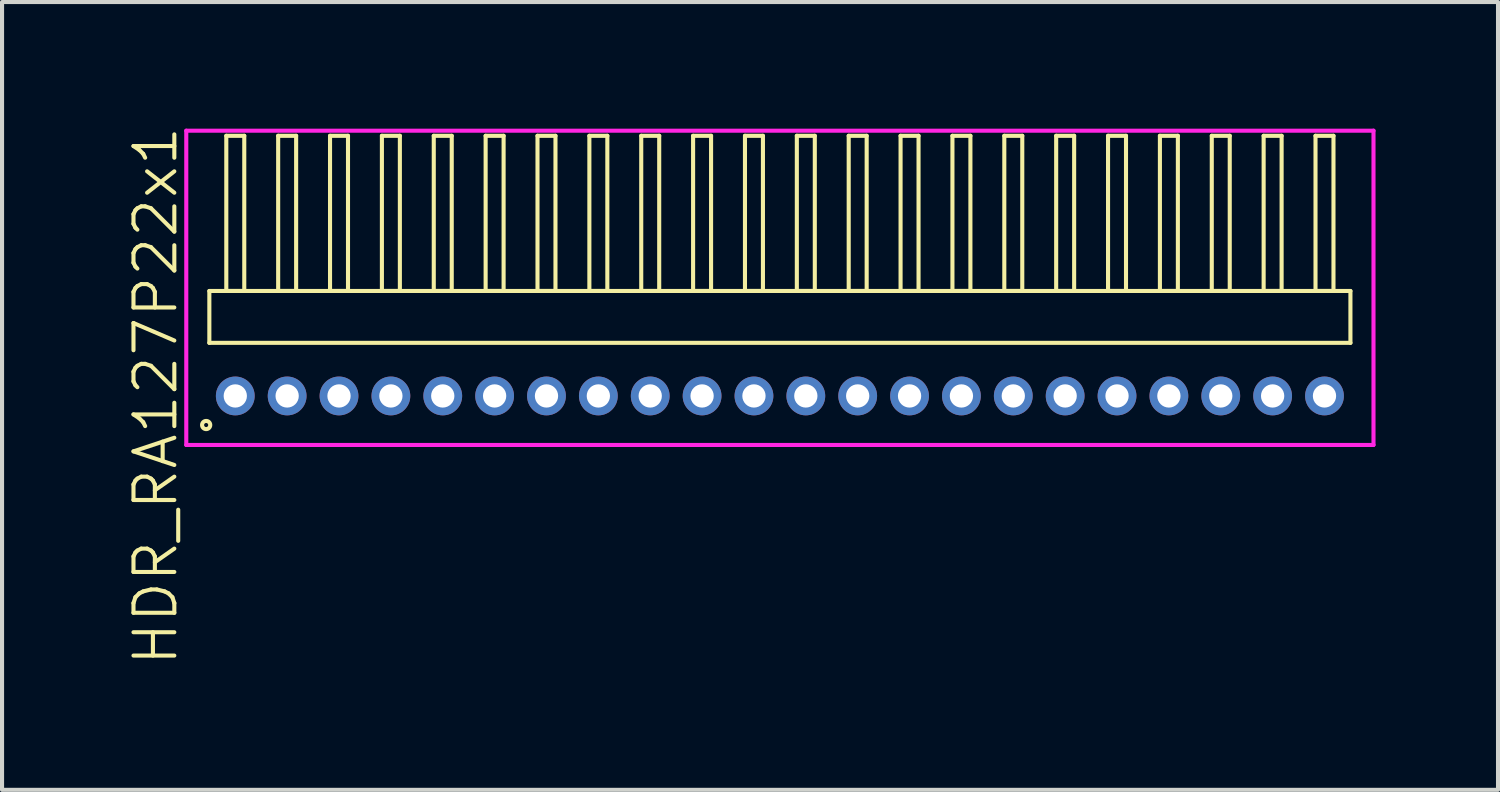
<source format=kicad_pcb>
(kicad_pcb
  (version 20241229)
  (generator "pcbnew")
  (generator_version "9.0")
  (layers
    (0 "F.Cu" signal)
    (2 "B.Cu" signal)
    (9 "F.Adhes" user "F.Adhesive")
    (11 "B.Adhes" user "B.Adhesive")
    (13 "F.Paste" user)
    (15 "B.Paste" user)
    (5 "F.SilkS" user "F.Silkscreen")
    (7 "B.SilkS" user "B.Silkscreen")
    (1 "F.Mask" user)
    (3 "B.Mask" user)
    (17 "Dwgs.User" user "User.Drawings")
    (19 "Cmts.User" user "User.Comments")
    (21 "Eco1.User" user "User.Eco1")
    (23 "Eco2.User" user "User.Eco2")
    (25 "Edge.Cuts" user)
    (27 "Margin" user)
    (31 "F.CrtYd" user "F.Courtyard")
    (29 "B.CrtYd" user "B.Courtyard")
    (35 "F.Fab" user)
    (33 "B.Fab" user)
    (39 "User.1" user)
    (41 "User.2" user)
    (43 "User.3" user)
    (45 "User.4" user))
  (footprint "HDR_RA127P22x1"
    (layer "F.Cu")
    (at 16.046 6.645)
    (property "Reference" "HDR_RA127P22x1" (at -15.285 0 90) (layer "F.SilkS") (effects (font (size 1 1) (thickness 0.1))))
    (attr through_hole)
    (fp_line (start -13.97 -2.57) (end -13.97 -1.3) (stroke (width 0.1) (type solid)) (layer "F.SilkS"))
    (fp_line (start -13.97 -1.3) (end 13.97 -1.3) (stroke (width 0.1) (type solid)) (layer "F.SilkS"))
    (fp_line (start -13.555 -6.37) (end -13.555 -2.57) (stroke (width 0.1) (type solid)) (layer "F.SilkS"))
    (fp_line (start -13.555 -2.57) (end -13.115 -2.57) (stroke (width 0.1) (type solid)) (layer "F.SilkS"))
    (fp_line (start -13.115 -6.37) (end -13.555 -6.37) (stroke (width 0.1) (type solid)) (layer "F.SilkS"))
    (fp_line (start -13.115 -2.57) (end -13.115 -6.37) (stroke (width 0.1) (type solid)) (layer "F.SilkS"))
    (fp_line (start -12.285 -6.37) (end -12.285 -2.57) (stroke (width 0.1) (type solid)) (layer "F.SilkS"))
    (fp_line (start -12.285 -2.57) (end -11.845 -2.57) (stroke (width 0.1) (type solid)) (layer "F.SilkS"))
    (fp_line (start -11.845 -6.37) (end -12.285 -6.37) (stroke (width 0.1) (type solid)) (layer "F.SilkS"))
    (fp_line (start -11.845 -2.57) (end -11.845 -6.37) (stroke (width 0.1) (type solid)) (layer "F.SilkS"))
    (fp_line (start -11.015 -6.37) (end -11.015 -2.57) (stroke (width 0.1) (type solid)) (layer "F.SilkS"))
    (fp_line (start -11.015 -2.57) (end -10.575 -2.57) (stroke (width 0.1) (type solid)) (layer "F.SilkS"))
    (fp_line (start -10.575 -6.37) (end -11.015 -6.37) (stroke (width 0.1) (type solid)) (layer "F.SilkS"))
    (fp_line (start -10.575 -2.57) (end -10.575 -6.37) (stroke (width 0.1) (type solid)) (layer "F.SilkS"))
    (fp_line (start -9.745 -6.37) (end -9.745 -2.57) (stroke (width 0.1) (type solid)) (layer "F.SilkS"))
    (fp_line (start -9.745 -2.57) (end -9.305 -2.57) (stroke (width 0.1) (type solid)) (layer "F.SilkS"))
    (fp_line (start -9.305 -6.37) (end -9.745 -6.37) (stroke (width 0.1) (type solid)) (layer "F.SilkS"))
    (fp_line (start -9.305 -2.57) (end -9.305 -6.37) (stroke (width 0.1) (type solid)) (layer "F.SilkS"))
    (fp_line (start -8.475 -6.37) (end -8.475 -2.57) (stroke (width 0.1) (type solid)) (layer "F.SilkS"))
    (fp_line (start -8.475 -2.57) (end -8.035 -2.57) (stroke (width 0.1) (type solid)) (layer "F.SilkS"))
    (fp_line (start -8.035 -6.37) (end -8.475 -6.37) (stroke (width 0.1) (type solid)) (layer "F.SilkS"))
    (fp_line (start -8.035 -2.57) (end -8.035 -6.37) (stroke (width 0.1) (type solid)) (layer "F.SilkS"))
    (fp_line (start -7.205 -6.37) (end -7.205 -2.57) (stroke (width 0.1) (type solid)) (layer "F.SilkS"))
    (fp_line (start -7.205 -2.57) (end -6.765 -2.57) (stroke (width 0.1) (type solid)) (layer "F.SilkS"))
    (fp_line (start -6.765 -6.37) (end -7.205 -6.37) (stroke (width 0.1) (type solid)) (layer "F.SilkS"))
    (fp_line (start -6.765 -2.57) (end -6.765 -6.37) (stroke (width 0.1) (type solid)) (layer "F.SilkS"))
    (fp_line (start -5.935 -6.37) (end -5.935 -2.57) (stroke (width 0.1) (type solid)) (layer "F.SilkS"))
    (fp_line (start -5.935 -2.57) (end -5.495 -2.57) (stroke (width 0.1) (type solid)) (layer "F.SilkS"))
    (fp_line (start -5.495 -6.37) (end -5.935 -6.37) (stroke (width 0.1) (type solid)) (layer "F.SilkS"))
    (fp_line (start -5.495 -2.57) (end -5.495 -6.37) (stroke (width 0.1) (type solid)) (layer "F.SilkS"))
    (fp_line (start -4.665 -6.37) (end -4.665 -2.57) (stroke (width 0.1) (type solid)) (layer "F.SilkS"))
    (fp_line (start -4.665 -2.57) (end -4.225 -2.57) (stroke (width 0.1) (type solid)) (layer "F.SilkS"))
    (fp_line (start -4.225 -6.37) (end -4.665 -6.37) (stroke (width 0.1) (type solid)) (layer "F.SilkS"))
    (fp_line (start -4.225 -2.57) (end -4.225 -6.37) (stroke (width 0.1) (type solid)) (layer "F.SilkS"))
    (fp_line (start -3.395 -6.37) (end -3.395 -2.57) (stroke (width 0.1) (type solid)) (layer "F.SilkS"))
    (fp_line (start -3.395 -2.57) (end -2.955 -2.57) (stroke (width 0.1) (type solid)) (layer "F.SilkS"))
    (fp_line (start -2.955 -6.37) (end -3.395 -6.37) (stroke (width 0.1) (type solid)) (layer "F.SilkS"))
    (fp_line (start -2.955 -2.57) (end -2.955 -6.37) (stroke (width 0.1) (type solid)) (layer "F.SilkS"))
    (fp_line (start -2.125 -6.37) (end -2.125 -2.57) (stroke (width 0.1) (type solid)) (layer "F.SilkS"))
    (fp_line (start -2.125 -2.57) (end -1.685 -2.57) (stroke (width 0.1) (type solid)) (layer "F.SilkS"))
    (fp_line (start -1.685 -6.37) (end -2.125 -6.37) (stroke (width 0.1) (type solid)) (layer "F.SilkS"))
    (fp_line (start -1.685 -2.57) (end -1.685 -6.37) (stroke (width 0.1) (type solid)) (layer "F.SilkS"))
    (fp_line (start -0.855 -6.37) (end -0.855 -2.57) (stroke (width 0.1) (type solid)) (layer "F.SilkS"))
    (fp_line (start -0.855 -2.57) (end -0.415 -2.57) (stroke (width 0.1) (type solid)) (layer "F.SilkS"))
    (fp_line (start -0.415 -6.37) (end -0.855 -6.37) (stroke (width 0.1) (type solid)) (layer "F.SilkS"))
    (fp_line (start -0.415 -2.57) (end -0.415 -6.37) (stroke (width 0.1) (type solid)) (layer "F.SilkS"))
    (fp_line (start 0.415 -6.37) (end 0.415 -2.57) (stroke (width 0.1) (type solid)) (layer "F.SilkS"))
    (fp_line (start 0.415 -2.57) (end 0.855 -2.57) (stroke (width 0.1) (type solid)) (layer "F.SilkS"))
    (fp_line (start 0.855 -6.37) (end 0.415 -6.37) (stroke (width 0.1) (type solid)) (layer "F.SilkS"))
    (fp_line (start 0.855 -2.57) (end 0.855 -6.37) (stroke (width 0.1) (type solid)) (layer "F.SilkS"))
    (fp_line (start 1.685 -6.37) (end 1.685 -2.57) (stroke (width 0.1) (type solid)) (layer "F.SilkS"))
    (fp_line (start 1.685 -2.57) (end 2.125 -2.57) (stroke (width 0.1) (type solid)) (layer "F.SilkS"))
    (fp_line (start 2.125 -6.37) (end 1.685 -6.37) (stroke (width 0.1) (type solid)) (layer "F.SilkS"))
    (fp_line (start 2.125 -2.57) (end 2.125 -6.37) (stroke (width 0.1) (type solid)) (layer "F.SilkS"))
    (fp_line (start 2.955 -6.37) (end 2.955 -2.57) (stroke (width 0.1) (type solid)) (layer "F.SilkS"))
    (fp_line (start 2.955 -2.57) (end 3.395 -2.57) (stroke (width 0.1) (type solid)) (layer "F.SilkS"))
    (fp_line (start 3.395 -6.37) (end 2.955 -6.37) (stroke (width 0.1) (type solid)) (layer "F.SilkS"))
    (fp_line (start 3.395 -2.57) (end 3.395 -6.37) (stroke (width 0.1) (type solid)) (layer "F.SilkS"))
    (fp_line (start 4.225 -6.37) (end 4.225 -2.57) (stroke (width 0.1) (type solid)) (layer "F.SilkS"))
    (fp_line (start 4.225 -2.57) (end 4.665 -2.57) (stroke (width 0.1) (type solid)) (layer "F.SilkS"))
    (fp_line (start 4.665 -6.37) (end 4.225 -6.37) (stroke (width 0.1) (type solid)) (layer "F.SilkS"))
    (fp_line (start 4.665 -2.57) (end 4.665 -6.37) (stroke (width 0.1) (type solid)) (layer "F.SilkS"))
    (fp_line (start 5.495 -6.37) (end 5.495 -2.57) (stroke (width 0.1) (type solid)) (layer "F.SilkS"))
    (fp_line (start 5.495 -2.57) (end 5.935 -2.57) (stroke (width 0.1) (type solid)) (layer "F.SilkS"))
    (fp_line (start 5.935 -6.37) (end 5.495 -6.37) (stroke (width 0.1) (type solid)) (layer "F.SilkS"))
    (fp_line (start 5.935 -2.57) (end 5.935 -6.37) (stroke (width 0.1) (type solid)) (layer "F.SilkS"))
    (fp_line (start 6.765 -6.37) (end 6.765 -2.57) (stroke (width 0.1) (type solid)) (layer "F.SilkS"))
    (fp_line (start 6.765 -2.57) (end 7.205 -2.57) (stroke (width 0.1) (type solid)) (layer "F.SilkS"))
    (fp_line (start 7.205 -6.37) (end 6.765 -6.37) (stroke (width 0.1) (type solid)) (layer "F.SilkS"))
    (fp_line (start 7.205 -2.57) (end 7.205 -6.37) (stroke (width 0.1) (type solid)) (layer "F.SilkS"))
    (fp_line (start 8.035 -6.37) (end 8.035 -2.57) (stroke (width 0.1) (type solid)) (layer "F.SilkS"))
    (fp_line (start 8.035 -2.57) (end 8.475 -2.57) (stroke (width 0.1) (type solid)) (layer "F.SilkS"))
    (fp_line (start 8.475 -6.37) (end 8.035 -6.37) (stroke (width 0.1) (type solid)) (layer "F.SilkS"))
    (fp_line (start 8.475 -2.57) (end 8.475 -6.37) (stroke (width 0.1) (type solid)) (layer "F.SilkS"))
    (fp_line (start 9.305 -6.37) (end 9.305 -2.57) (stroke (width 0.1) (type solid)) (layer "F.SilkS"))
    (fp_line (start 9.305 -2.57) (end 9.745 -2.57) (stroke (width 0.1) (type solid)) (layer "F.SilkS"))
    (fp_line (start 9.745 -6.37) (end 9.305 -6.37) (stroke (width 0.1) (type solid)) (layer "F.SilkS"))
    (fp_line (start 9.745 -2.57) (end 9.745 -6.37) (stroke (width 0.1) (type solid)) (layer "F.SilkS"))
    (fp_line (start 10.575 -6.37) (end 10.575 -2.57) (stroke (width 0.1) (type solid)) (layer "F.SilkS"))
    (fp_line (start 10.575 -2.57) (end 11.015 -2.57) (stroke (width 0.1) (type solid)) (layer "F.SilkS"))
    (fp_line (start 11.015 -6.37) (end 10.575 -6.37) (stroke (width 0.1) (type solid)) (layer "F.SilkS"))
    (fp_line (start 11.015 -2.57) (end 11.015 -6.37) (stroke (width 0.1) (type solid)) (layer "F.SilkS"))
    (fp_line (start 11.845 -6.37) (end 11.845 -2.57) (stroke (width 0.1) (type solid)) (layer "F.SilkS"))
    (fp_line (start 11.845 -2.57) (end 12.285 -2.57) (stroke (width 0.1) (type solid)) (layer "F.SilkS"))
    (fp_line (start 12.285 -6.37) (end 11.845 -6.37) (stroke (width 0.1) (type solid)) (layer "F.SilkS"))
    (fp_line (start 12.285 -2.57) (end 12.285 -6.37) (stroke (width 0.1) (type solid)) (layer "F.SilkS"))
    (fp_line (start 13.115 -6.37) (end 13.115 -2.57) (stroke (width 0.1) (type solid)) (layer "F.SilkS"))
    (fp_line (start 13.115 -2.57) (end 13.555 -2.57) (stroke (width 0.1) (type solid)) (layer "F.SilkS"))
    (fp_line (start 13.555 -6.37) (end 13.115 -6.37) (stroke (width 0.1) (type solid)) (layer "F.SilkS"))
    (fp_line (start 13.555 -2.57) (end 13.555 -6.37) (stroke (width 0.1) (type solid)) (layer "F.SilkS"))
    (fp_line (start 13.97 -2.57) (end -13.97 -2.57) (stroke (width 0.1) (type solid)) (layer "F.SilkS"))
    (fp_line (start 13.97 -1.3) (end 13.97 -2.57) (stroke (width 0.1) (type solid)) (layer "F.SilkS"))
    (fp_circle (center -14.048 0.712) (end -13.948 0.712) (stroke (width 0.1) (type solid)) (fill no) (layer "F.SilkS"))
    (fp_line (start -14.535 -6.495) (end -14.535 1.2) (stroke (width 0.1) (type solid)) (layer "F.CrtYd"))
    (fp_line (start -14.535 1.2) (end 14.535 1.2) (stroke (width 0.1) (type solid)) (layer "F.CrtYd"))
    (fp_line (start 14.535 -6.495) (end -14.535 -6.495) (stroke (width 0.1) (type solid)) (layer "F.CrtYd"))
    (fp_line (start 14.535 1.2) (end 14.535 -6.495) (stroke (width 0.1) (type solid)) (layer "F.CrtYd"))
    (pad "1" thru_hole oval (at -13.335 0) (size 0.95 0.95) (drill 0.57) (layers "*.Cu" "*.Mask"))
    (pad "2" thru_hole oval (at -12.065 0) (size 0.95 0.95) (drill 0.57) (layers "*.Cu" "*.Mask"))
    (pad "3" thru_hole oval (at -10.795 0) (size 0.95 0.95) (drill 0.57) (layers "*.Cu" "*.Mask"))
    (pad "4" thru_hole oval (at -9.525 0) (size 0.95 0.95) (drill 0.57) (layers "*.Cu" "*.Mask"))
    (pad "5" thru_hole oval (at -8.255 0) (size 0.95 0.95) (drill 0.57) (layers "*.Cu" "*.Mask"))
    (pad "6" thru_hole oval (at -6.985 0) (size 0.95 0.95) (drill 0.57) (layers "*.Cu" "*.Mask"))
    (pad "7" thru_hole oval (at -5.715 0) (size 0.95 0.95) (drill 0.57) (layers "*.Cu" "*.Mask"))
    (pad "8" thru_hole oval (at -4.445 0) (size 0.95 0.95) (drill 0.57) (layers "*.Cu" "*.Mask"))
    (pad "9" thru_hole oval (at -3.175 0) (size 0.95 0.95) (drill 0.57) (layers "*.Cu" "*.Mask"))
    (pad "10" thru_hole oval (at -1.905 0) (size 0.95 0.95) (drill 0.57) (layers "*.Cu" "*.Mask"))
    (pad "11" thru_hole oval (at -0.635 0) (size 0.95 0.95) (drill 0.57) (layers "*.Cu" "*.Mask"))
    (pad "12" thru_hole oval (at 0.635 0) (size 0.95 0.95) (drill 0.57) (layers "*.Cu" "*.Mask"))
    (pad "13" thru_hole oval (at 1.905 0) (size 0.95 0.95) (drill 0.57) (layers "*.Cu" "*.Mask"))
    (pad "14" thru_hole oval (at 3.175 0) (size 0.95 0.95) (drill 0.57) (layers "*.Cu" "*.Mask"))
    (pad "15" thru_hole oval (at 4.445 0) (size 0.95 0.95) (drill 0.57) (layers "*.Cu" "*.Mask"))
    (pad "16" thru_hole oval (at 5.715 0) (size 0.95 0.95) (drill 0.57) (layers "*.Cu" "*.Mask"))
    (pad "17" thru_hole oval (at 6.985 0) (size 0.95 0.95) (drill 0.57) (layers "*.Cu" "*.Mask"))
    (pad "18" thru_hole oval (at 8.255 0) (size 0.95 0.95) (drill 0.57) (layers "*.Cu" "*.Mask"))
    (pad "19" thru_hole oval (at 9.525 0) (size 0.95 0.95) (drill 0.57) (layers "*.Cu" "*.Mask"))
    (pad "20" thru_hole oval (at 10.795 0) (size 0.95 0.95) (drill 0.57) (layers "*.Cu" "*.Mask"))
    (pad "21" thru_hole oval (at 12.065 0) (size 0.95 0.95) (drill 0.57) (layers "*.Cu" "*.Mask"))
    (pad "22" thru_hole oval (at 13.335 0) (size 0.95 0.95) (drill 0.57) (layers "*.Cu" "*.Mask")))
  (gr_rect
    (start -3 -3)
    (end 33.63 16.29)
    (stroke (width 0.1) (type default))
    (fill no)
    (layer "Edge.Cuts")))
</source>
